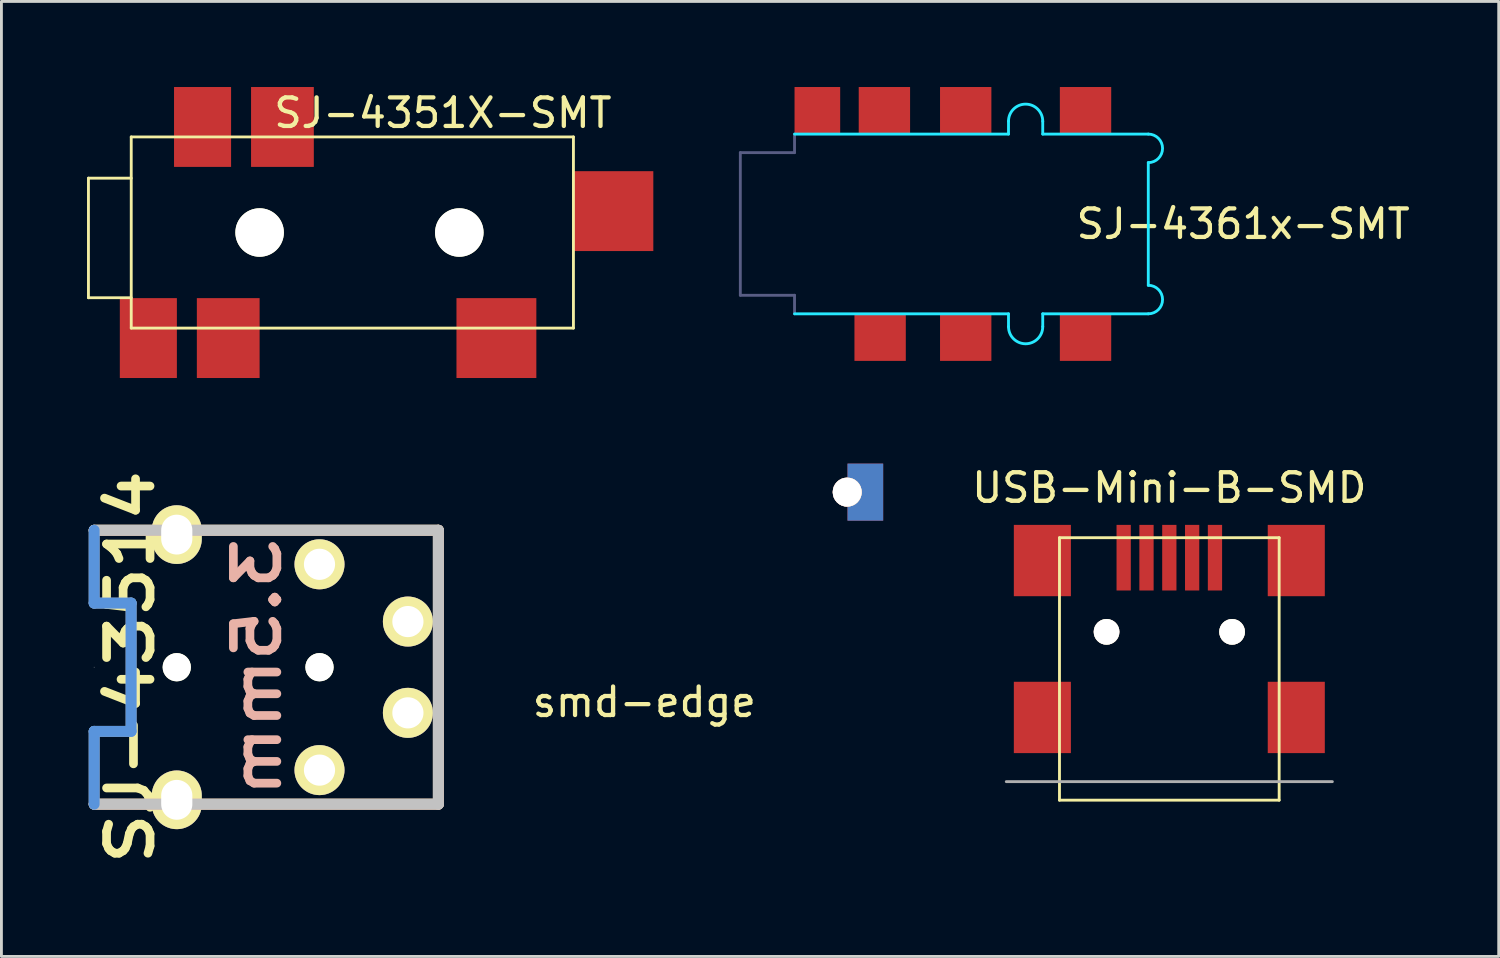
<source format=kicad_pcb>
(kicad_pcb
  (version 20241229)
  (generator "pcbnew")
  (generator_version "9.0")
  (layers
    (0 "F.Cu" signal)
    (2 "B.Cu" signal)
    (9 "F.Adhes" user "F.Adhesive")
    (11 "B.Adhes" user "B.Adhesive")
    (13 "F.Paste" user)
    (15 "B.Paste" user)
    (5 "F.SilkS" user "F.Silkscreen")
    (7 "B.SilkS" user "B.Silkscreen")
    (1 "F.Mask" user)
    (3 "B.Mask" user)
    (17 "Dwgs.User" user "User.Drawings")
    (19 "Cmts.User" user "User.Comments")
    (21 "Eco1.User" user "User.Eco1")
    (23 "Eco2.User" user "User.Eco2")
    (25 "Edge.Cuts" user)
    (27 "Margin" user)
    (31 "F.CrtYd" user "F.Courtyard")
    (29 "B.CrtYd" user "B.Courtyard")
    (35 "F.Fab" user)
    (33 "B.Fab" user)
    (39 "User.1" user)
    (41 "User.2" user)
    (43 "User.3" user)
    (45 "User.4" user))
  (footprint "SJ-43514"
    (layer "F.Cu")
    (at 0.25 20.337)
    (property "Reference" "SJ-43514" (at 1.27 0 90) (layer "F.SilkS") (effects (font (size 1.524 1.778) (thickness 0.305))))
    (attr through_hole)
    (fp_line (start 0 -4.801) (end 12.065 -4.801) (stroke (width 0.381) (type solid)) (layer "F.SilkS"))
    (fp_line (start 12.065 -4.801) (end 12.065 4.801) (stroke (width 0.381) (type solid)) (layer "F.SilkS"))
    (fp_line (start 12.065 4.801) (end 0 4.801) (stroke (width 0.381) (type solid)) (layer "F.SilkS"))
    (fp_line (start 0 -4.801) (end 12.065 -4.801) (stroke (width 0.381) (type solid)) (layer "B.SilkS"))
    (fp_line (start 12.065 -4.801) (end 12.065 4.801) (stroke (width 0.381) (type solid)) (layer "B.SilkS"))
    (fp_line (start 12.065 4.801) (end 0 4.801) (stroke (width 0.381) (type solid)) (layer "B.SilkS"))
    (fp_line (start 0 -4.801) (end 0 -2.248) (stroke (width 0.381) (type solid)) (layer "Dwgs.User"))
    (fp_line (start 0 -2.248) (end 1.295 -2.248) (stroke (width 0.381) (type solid)) (layer "Dwgs.User"))
    (fp_line (start 0 0) (end 0 0) (stroke (width 0.025) (type solid)) (layer "Dwgs.User"))
    (fp_line (start 0 2.248) (end 0 4.801) (stroke (width 0.381) (type solid)) (layer "Dwgs.User"))
    (fp_line (start 0 4.801) (end 12.065 4.801) (stroke (width 0.381) (type solid)) (layer "Dwgs.User"))
    (fp_line (start 1.295 -2.248) (end 1.295 2.248) (stroke (width 0.381) (type solid)) (layer "Dwgs.User"))
    (fp_line (start 1.295 2.248) (end 0 2.248) (stroke (width 0.381) (type solid)) (layer "Dwgs.User"))
    (fp_line (start 12.065 -4.801) (end 0 -4.801) (stroke (width 0.381) (type solid)) (layer "Dwgs.User"))
    (fp_line (start 12.065 4.801) (end 12.065 -4.801) (stroke (width 0.381) (type solid)) (layer "Dwgs.User"))
    (fp_line (start 0 -2.248) (end 0 -4.801) (stroke (width 0.381) (type solid)) (layer "Cmts.User"))
    (fp_line (start 0 -2.248) (end 1.295 -2.248) (stroke (width 0.381) (type solid)) (layer "Cmts.User"))
    (fp_line (start 0 4.801) (end 0 2.248) (stroke (width 0.381) (type solid)) (layer "Cmts.User"))
    (fp_line (start 1.295 -2.248) (end 1.295 2.248) (stroke (width 0.381) (type solid)) (layer "Cmts.User"))
    (fp_line (start 1.295 2.248) (end 0 2.248) (stroke (width 0.381) (type solid)) (layer "Cmts.User"))
    (fp_text user "3.5mm" (at 5.715 0 90) (layer "B.SilkS") (effects (font (size 1.524 1.778) (thickness 0.305)) (justify mirror)))
    (pad "" np_thru_hole circle (at 2.896 0) (size 0.991 0.991) (drill 0.991) (layers "*.Cu" "*.Mask" "F.SilkS"))
    (pad "" np_thru_hole circle (at 7.899 0) (size 0.991 0.991) (drill 0.991) (layers "*.Cu" "*.Mask" "F.SilkS"))
    (pad "1" thru_hole oval (at 2.896 -4.648) (size 1.753 2.057) (drill oval 1.092 1.397) (layers "*.Cu" "*.Mask" "F.SilkS"))
    (pad "2" thru_hole circle (at 7.899 3.607) (size 1.753 1.753) (drill 1.092) (layers "*.Cu" "*.Mask" "F.SilkS"))
    (pad "3" thru_hole circle (at 10.998 -1.6) (size 1.753 1.753) (drill 1.092) (layers "*.Cu" "*.Mask" "F.SilkS"))
    (pad "4" thru_hole oval (at 2.896 4.648) (size 1.753 2.057) (drill oval 1.092 1.397) (layers "*.Cu" "*.Mask" "F.SilkS"))
    (pad "5" thru_hole circle (at 10.998 1.6) (size 1.753 1.753) (drill 1.092) (layers "*.Cu" "*.Mask" "F.SilkS"))
    (pad "6" thru_hole circle (at 7.899 -3.607) (size 1.753 1.753) (drill 1.092) (layers "*.Cu" "*.Mask" "F.SilkS")))
  (footprint "smd-edge"
    (layer "F.Cu")
    (at 26.647 14.2)
    (property "Reference" "smd-edge" (at -7.112 7.358 0) (layer "F.SilkS") (effects (font (size 1 1) (thickness 0.15))))
    (attr through_hole)
    (pad "1" thru_hole circle (at 0 0) (size 1.016 1.016) (drill 1.016) (layers "*.Cu" "*.SilkS"))
    (pad "1" smd rect (at 0.635 0) (size 1.25 2) (layers "F.Cu" "F.Mask" "F.Paste"))
    (pad "1" smd rect (at 0.635 0) (size 1.25 2) (layers "B.Cu" "B.Mask" "B.Paste")))
  (footprint "SJ-4351X-SMT"
    (layer "F.Cu")
    (at 9.3 5.1)
    (property "Reference" "SJ-4351X-SMT" (at 3.175 -4.191 0) (layer "F.SilkS") (effects (font (size 1 1) (thickness 0.15))))
    (attr through_hole)
    (fp_line (start -9.25 -1.905) (end -7.75 -1.905) (stroke (width 0.1) (type solid)) (layer "F.SilkS"))
    (fp_line (start -9.25 2.286) (end -9.25 -1.905) (stroke (width 0.1) (type solid)) (layer "F.SilkS"))
    (fp_line (start -7.75 -3.35) (end -7.75 3.35) (stroke (width 0.1) (type solid)) (layer "F.SilkS"))
    (fp_line (start -7.75 -3.35) (end 7.75 -3.35) (stroke (width 0.1) (type solid)) (layer "F.SilkS"))
    (fp_line (start -7.75 2.286) (end -9.25 2.286) (stroke (width 0.1) (type solid)) (layer "F.SilkS"))
    (fp_line (start -7.75 3.35) (end 7.75 3.35) (stroke (width 0.1) (type solid)) (layer "F.SilkS"))
    (fp_line (start 7.75 -3.35) (end 7.75 3.35) (stroke (width 0.1) (type solid)) (layer "F.SilkS"))
    (pad "" np_thru_hole circle (at -3.25 0 90) (size 1.7 1.7) (drill 1.7) (layers "*.Cu" "*.Mask" "F.SilkS"))
    (pad "" np_thru_hole circle (at 3.75 0 90) (size 1.7 1.7) (drill 1.7) (layers "*.Cu" "*.Mask" "F.SilkS"))
    (pad "1" smd rect (at -7.15 3.7) (size 2 2.8) (layers "F.Cu" "F.Mask" "F.Paste"))
    (pad "2" smd rect (at 5.05 3.7) (size 2.8 2.8) (layers "F.Cu" "F.Mask" "F.Paste"))
    (pad "3" smd rect (at -2.45 -3.7) (size 2.2 2.8) (layers "F.Cu" "F.Mask" "F.Paste"))
    (pad "4" smd rect (at -4.35 3.7) (size 2.2 2.8) (layers "F.Cu" "F.Mask" "F.Paste"))
    (pad "5" smd rect (at 9.15 -0.75 90) (size 2.8 2.8) (layers "F.Cu" "F.Mask" "F.Paste"))
    (pad "6" smd rect (at -5.25 -3.7) (size 2 2.8) (layers "F.Cu" "F.Mask" "F.Paste")))
  (footprint "SJ-4361x-SMT"
    (layer "F.Cu")
    (at 31 4.8)
    (property "Reference" "SJ-4361x-SMT" (at 9.525 0 0) (layer "F.SilkS") (effects (font (size 1 1) (thickness 0.15))))
    (attr through_hole)
    (fp_line (start -6.2 -3.15) (end 1.3 -3.15) (stroke (width 0.1) (type solid)) (layer "B.CrtYd"))
    (fp_line (start -6.2 3.15) (end 1.3 3.15) (stroke (width 0.1) (type solid)) (layer "B.CrtYd"))
    (fp_line (start 1.3 -3.15) (end 1.3 -3.6) (stroke (width 0.1) (type solid)) (layer "B.CrtYd"))
    (fp_line (start 1.3 3.15) (end 1.3 3.6) (stroke (width 0.1) (type solid)) (layer "B.CrtYd"))
    (fp_line (start 2.5 -3.15) (end 2.5 -3.6) (stroke (width 0.1) (type solid)) (layer "B.CrtYd"))
    (fp_line (start 2.5 -3.15) (end 6.2 -3.15) (stroke (width 0.1) (type solid)) (layer "B.CrtYd"))
    (fp_line (start 2.5 3.15) (end 2.5 3.6) (stroke (width 0.1) (type solid)) (layer "B.CrtYd"))
    (fp_line (start 2.5 3.15) (end 6.2 3.15) (stroke (width 0.1) (type solid)) (layer "B.CrtYd"))
    (fp_line (start 6.2 2.15) (end 6.2 -2.15) (stroke (width 0.1) (type solid)) (layer "B.CrtYd"))
    (fp_arc (start 1.3 -3.6) (mid 1.9 -4.2) (end 2.5 -3.6) (stroke (width 0.1) (type solid)) (layer "B.CrtYd"))
    (fp_arc (start 2.5 3.6) (mid 1.9 4.2) (end 1.3 3.6) (stroke (width 0.1) (type solid)) (layer "B.CrtYd"))
    (fp_arc (start 6.2 -3.15) (mid 6.7 -2.65) (end 6.2 -2.15) (stroke (width 0.1) (type solid)) (layer "B.CrtYd"))
    (fp_arc (start 6.2 2.15) (mid 6.7 2.65) (end 6.2 3.15) (stroke (width 0.1) (type solid)) (layer "B.CrtYd"))
    (fp_line (start -8.1 -2.5) (end -8.1 2.5) (stroke (width 0.1) (type solid)) (layer "B.Fab"))
    (fp_line (start -8.1 2.5) (end -6.2 2.5) (stroke (width 0.1) (type solid)) (layer "B.Fab"))
    (fp_line (start -6.2 -3.15) (end -6.2 -2.5) (stroke (width 0.1) (type solid)) (layer "B.Fab"))
    (fp_line (start -6.2 -2.5) (end -8.1 -2.5) (stroke (width 0.1) (type solid)) (layer "B.Fab"))
    (fp_line (start -6.2 2.5) (end -6.2 3.15) (stroke (width 0.1) (type solid)) (layer "B.Fab"))
    (pad "1" smd rect (at -5.4 -3.975) (size 1.6 1.65) (layers "F.Cu" "F.Mask" "F.Paste"))
    (pad "2" smd rect (at 4 3.975) (size 1.8 1.65) (layers "F.Cu" "F.Mask" "F.Paste"))
    (pad "3" smd rect (at -0.2 3.975) (size 1.8 1.65) (layers "F.Cu" "F.Mask" "F.Paste"))
    (pad "4" smd rect (at -3.2 3.975) (size 1.8 1.65) (layers "F.Cu" "F.Mask" "F.Paste"))
    (pad "5" smd rect (at 4 -3.975) (size 1.8 1.65) (layers "F.Cu" "F.Mask" "F.Paste"))
    (pad "6" smd rect (at -0.2 -3.975) (size 1.8 1.65) (layers "F.Cu" "F.Mask" "F.Paste"))
    (pad "7" smd rect (at -3.05 -3.975) (size 1.8 1.65) (layers "F.Cu" "F.Mask" "F.Paste")))
  (footprint "USB-Mini-B-SMD"
    (layer "F.Cu")
    (at 37.937 20.398)
    (property "Reference" "USB-Mini-B-SMD" (at 0 -6.35 0) (layer "F.SilkS") (effects (font (size 1 1) (thickness 0.15))))
    (attr through_hole)
    (fp_line (start -3.85 -4.6) (end 3.85 -4.6) (stroke (width 0.1) (type solid)) (layer "F.SilkS"))
    (fp_line (start -3.85 4.6) (end -3.85 -4.6) (stroke (width 0.1) (type solid)) (layer "F.SilkS"))
    (fp_line (start -3.85 4.6) (end 3.85 4.6) (stroke (width 0.1) (type solid)) (layer "F.SilkS"))
    (fp_line (start 3.85 4.6) (end 3.85 -4.6) (stroke (width 0.1) (type solid)) (layer "F.SilkS"))
    (fp_line (start -5.715 3.95) (end 5.715 3.95) (stroke (width 0.1) (type solid)) (layer "F.Fab"))
    (pad "1" smd rect (at -1.6 -3.9) (size 0.5 2.3) (layers "F.Cu" "F.Mask" "F.Paste"))
    (pad "2" smd rect (at -0.8 -3.9) (size 0.5 2.3) (layers "F.Cu" "F.Mask" "F.Paste"))
    (pad "3" smd rect (at 0 -3.9) (size 0.5 2.3) (layers "F.Cu" "F.Mask" "F.Paste"))
    (pad "4" smd rect (at 0.8 -3.9) (size 0.5 2.3) (layers "F.Cu" "F.Mask" "F.Paste"))
    (pad "5" smd rect (at 1.6 -3.9) (size 0.5 2.3) (layers "F.Cu" "F.Mask" "F.Paste"))
    (pad "6" smd rect (at -4.45 -3.8) (size 2 2.5) (layers "F.Cu" "F.Mask" "F.Paste"))
    (pad "6" smd rect (at -4.45 1.7) (size 2 2.5) (layers "F.Cu" "F.Mask" "F.Paste"))
    (pad "6" smd rect (at 4.45 -3.8) (size 2 2.5) (layers "F.Cu" "F.Mask" "F.Paste"))
    (pad "6" smd rect (at 4.45 1.7) (size 2 2.5) (layers "F.Cu" "F.Mask" "F.Paste"))
    (pad "7" thru_hole circle (at -2.2 -1.3) (size 0.9 0.9) (drill 0.9) (layers "*.Cu" "*.Mask" "F.SilkS"))
    (pad "7" thru_hole circle (at 2.2 -1.3) (size 0.9 0.9) (drill 0.9) (layers "*.Cu" "*.Mask" "F.SilkS")))
  (gr_rect
    (start -3 -3)
    (end 49.483 30.475)
    (stroke (width 0.1) (type default))
    (fill no)
    (layer "Edge.Cuts")))
</source>
